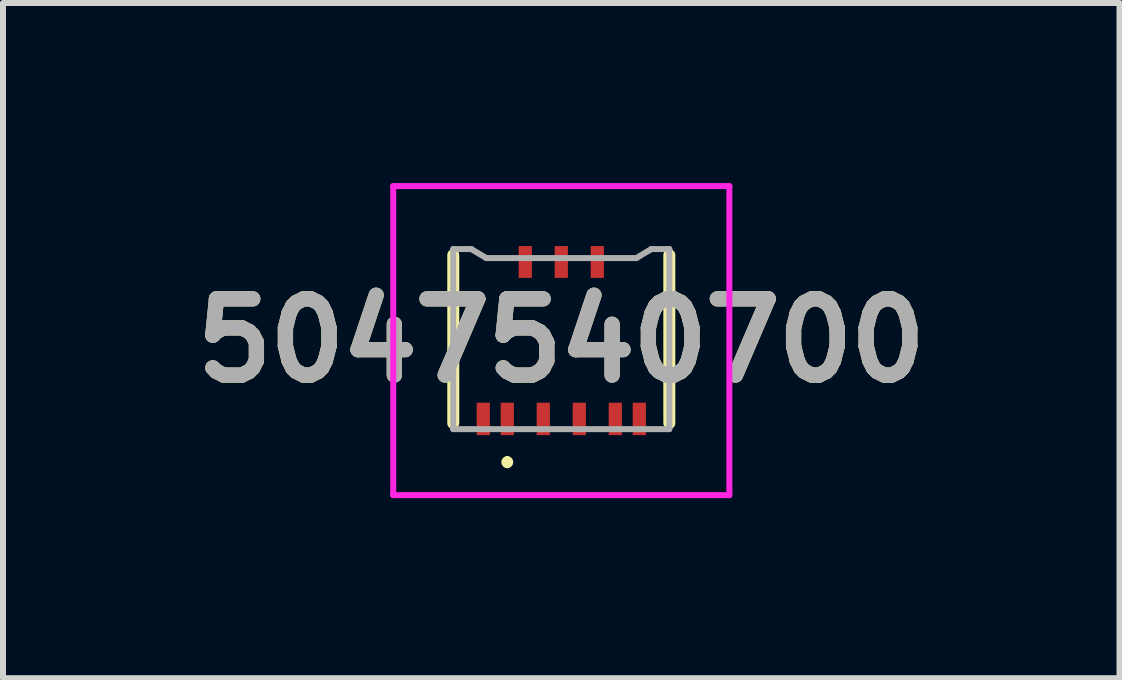
<source format=kicad_pcb>
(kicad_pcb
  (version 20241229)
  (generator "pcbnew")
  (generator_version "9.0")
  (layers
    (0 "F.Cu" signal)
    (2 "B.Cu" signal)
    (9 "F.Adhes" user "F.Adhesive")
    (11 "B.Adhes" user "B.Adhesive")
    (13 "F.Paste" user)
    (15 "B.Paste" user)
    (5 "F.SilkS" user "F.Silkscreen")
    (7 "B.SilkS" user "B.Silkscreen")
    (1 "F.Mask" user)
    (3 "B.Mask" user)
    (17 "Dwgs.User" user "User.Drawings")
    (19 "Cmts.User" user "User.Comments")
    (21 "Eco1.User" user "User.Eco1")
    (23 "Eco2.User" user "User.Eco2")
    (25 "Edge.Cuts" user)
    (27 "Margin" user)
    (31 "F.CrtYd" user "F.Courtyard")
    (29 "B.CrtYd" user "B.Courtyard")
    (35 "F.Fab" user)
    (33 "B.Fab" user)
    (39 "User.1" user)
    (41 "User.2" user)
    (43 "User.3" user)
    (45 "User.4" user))
  (footprint "5047540700"
    (layer "F.Cu")
    (at 6.302 2.6)
    (property "Reference" "5047540700" (at 0 0.025 0) (layer "F.SilkS") (effects (font (size 1.27 1.27) (thickness 0.254))))
    (attr smd)
    (fp_line (start -1.8 1.4) (end -1.8 -1.4) (stroke (width 0.2) (type solid)) (layer "F.SilkS"))
    (fp_line (start -0.9 2) (end -0.9 2) (stroke (width 0.1) (type solid)) (layer "F.SilkS"))
    (fp_line (start -0.9 2.1) (end -0.9 2.1) (stroke (width 0.1) (type solid)) (layer "F.SilkS"))
    (fp_line (start 1.8 1.4) (end 1.8 -1.4) (stroke (width 0.2) (type solid)) (layer "F.SilkS"))
    (fp_arc (start -0.9 2) (mid -0.85 2.05) (end -0.9 2.1) (stroke (width 0.1) (type solid)) (layer "F.SilkS"))
    (fp_arc (start -0.9 2.1) (mid -0.95 2.05) (end -0.9 2) (stroke (width 0.1) (type solid)) (layer "F.SilkS"))
    (fp_line (start -2.8 -2.55) (end 2.8 -2.55) (stroke (width 0.1) (type solid)) (layer "F.CrtYd"))
    (fp_line (start -2.8 2.6) (end -2.8 -2.55) (stroke (width 0.1) (type solid)) (layer "F.CrtYd"))
    (fp_line (start 2.8 -2.55) (end 2.8 2.6) (stroke (width 0.1) (type solid)) (layer "F.CrtYd"))
    (fp_line (start 2.8 2.6) (end -2.8 2.6) (stroke (width 0.1) (type solid)) (layer "F.CrtYd"))
    (fp_line (start -1.8 -1.5) (end -1.8 0) (stroke (width 0.1) (type solid)) (layer "F.Fab"))
    (fp_line (start -1.8 0) (end -1.8 1.5) (stroke (width 0.1) (type solid)) (layer "F.Fab"))
    (fp_line (start -1.8 1.5) (end 1.8 1.5) (stroke (width 0.1) (type solid)) (layer "F.Fab"))
    (fp_line (start -1.5 -1.5) (end -1.8 -1.5) (stroke (width 0.1) (type solid)) (layer "F.Fab"))
    (fp_line (start -1.25 -1.35) (end -1.5 -1.5) (stroke (width 0.1) (type solid)) (layer "F.Fab"))
    (fp_line (start 1.25 -1.35) (end -1.25 -1.35) (stroke (width 0.1) (type solid)) (layer "F.Fab"))
    (fp_line (start 1.5 -1.5) (end 1.25 -1.35) (stroke (width 0.1) (type solid)) (layer "F.Fab"))
    (fp_line (start 1.8 -1.5) (end 1.5 -1.5) (stroke (width 0.1) (type solid)) (layer "F.Fab"))
    (fp_line (start 1.8 1.5) (end 1.8 -1.5) (stroke (width 0.1) (type solid)) (layer "F.Fab"))
    (fp_text user "${REFERENCE}" (at 0 0.025 0) (layer "F.Fab") (effects (font (size 1.27 1.27) (thickness 0.254))))
    (pad "1" smd rect (at -0.9 1.33) (size 0.22 0.54) (layers "F.Cu" "F.Mask" "F.Paste"))
    (pad "2" smd rect (at -0.6 -1.285) (size 0.22 0.53) (layers "F.Cu" "F.Mask" "F.Paste"))
    (pad "3" smd rect (at -0.3 1.33) (size 0.22 0.54) (layers "F.Cu" "F.Mask" "F.Paste"))
    (pad "4" smd rect (at 0 -1.285) (size 0.22 0.53) (layers "F.Cu" "F.Mask" "F.Paste"))
    (pad "5" smd rect (at 0.3 1.33) (size 0.22 0.54) (layers "F.Cu" "F.Mask" "F.Paste"))
    (pad "6" smd rect (at 0.6 -1.285) (size 0.22 0.53) (layers "F.Cu" "F.Mask" "F.Paste"))
    (pad "7" smd rect (at 0.9 1.33) (size 0.22 0.54) (layers "F.Cu" "F.Mask" "F.Paste"))
    (pad "MP1" smd rect (at -1.3 1.33) (size 0.22 0.54) (layers "F.Cu" "F.Mask" "F.Paste"))
    (pad "MP2" smd rect (at 1.3 1.33) (size 0.22 0.54) (layers "F.Cu" "F.Mask" "F.Paste")))
  (gr_rect
    (start -3 -3)
    (end 15.603 8.25)
    (stroke (width 0.1) (type default))
    (fill no)
    (layer "Edge.Cuts")))
</source>
